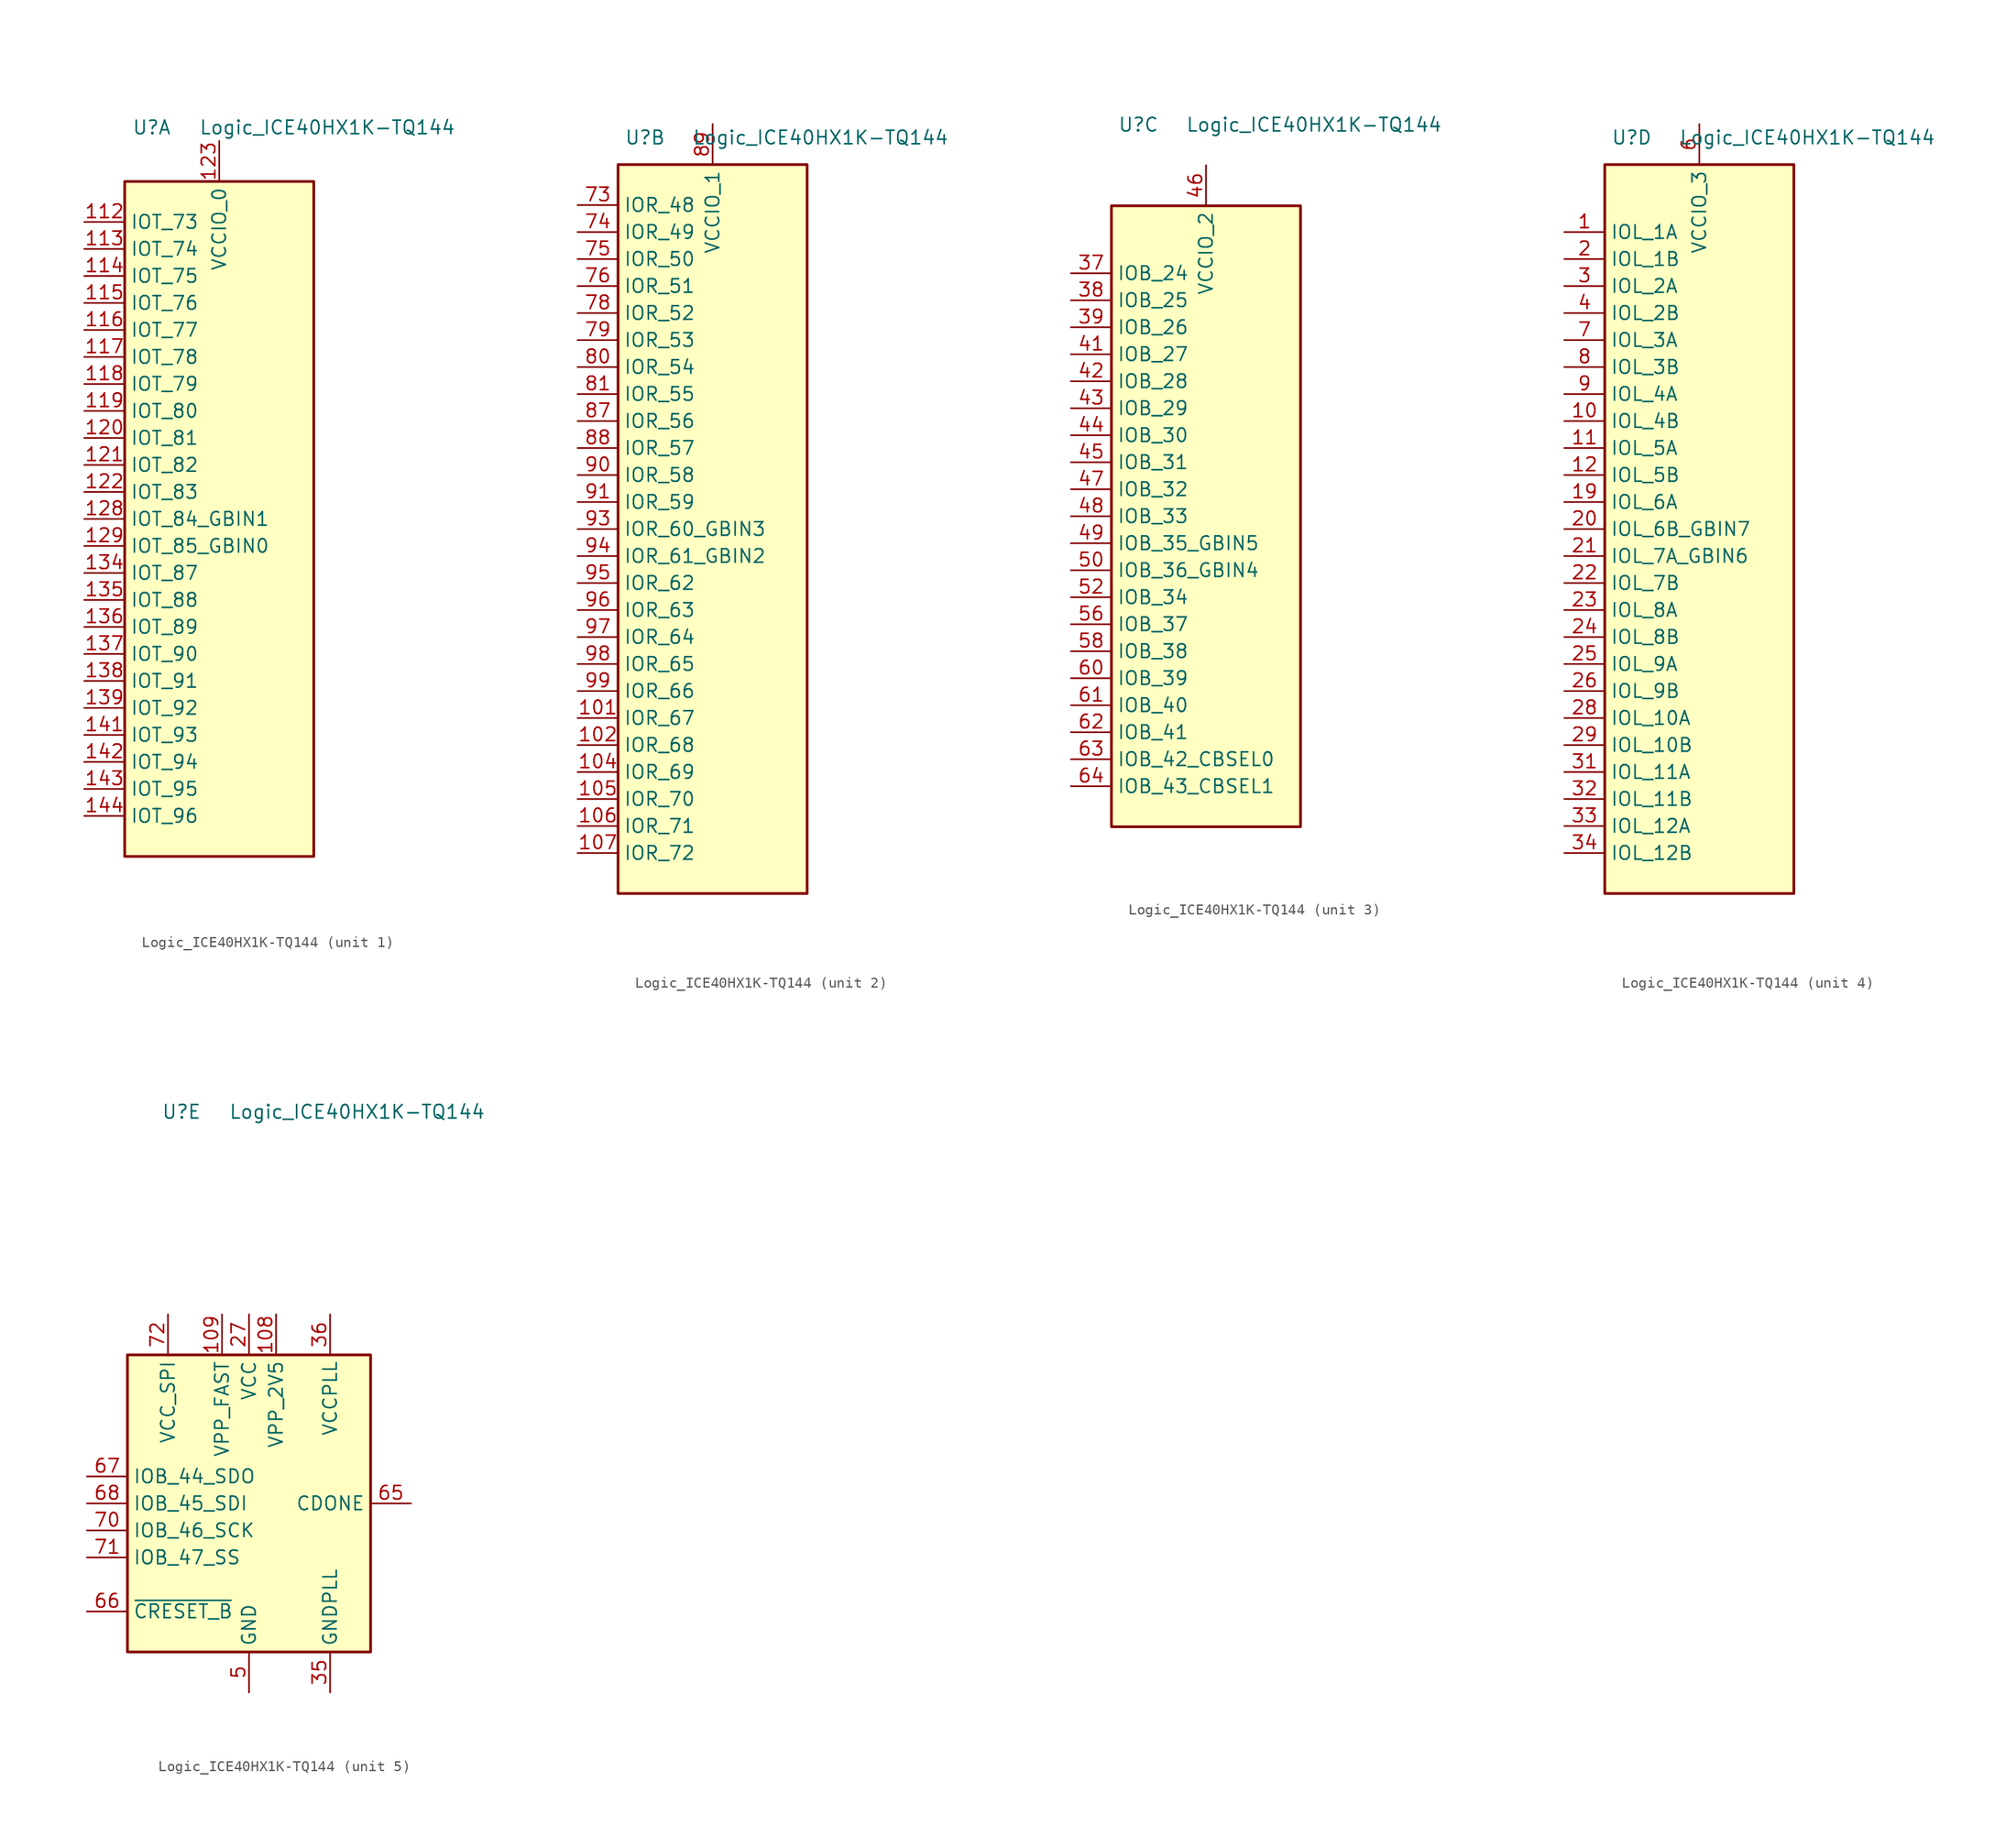
<source format=kicad_sym>
(kicad_symbol_lib
  (version 20211014)
  (generator kicad_symbol_editor)
  (symbol "Logic_ICE40HX1K-TQ144"
    (property "Reference" "U"
      (at -6.35 36.83 0)
      (effects (font (size 1.27 1.27))))
    (property "Value" "Logic_ICE40HX1K-TQ144"
      (at 10.16 36.83 0)
      (effects (font (size 1.27 1.27))))
    (property "ki_locked" ""
      (at 0 0 0)
      (effects (font (size 1.27 1.27))))
    (symbol "Logic_ICE40HX1K-TQ144_1_1"
      (rectangle (start -8.89 31.75) (end 8.89 -31.75) (stroke (width 0.254) (type default) (color 0 0 0 0)) (fill (type background)))
      (pin bidirectional line (at -12.7 27.94 0) (length 3.81) (name "IOT_73" (effects (font (size 1.27 1.27)))) (number "112" (effects (font (size 1.27 1.27)))))
      (pin bidirectional line (at -12.7 25.4 0) (length 3.81) (name "IOT_74" (effects (font (size 1.27 1.27)))) (number "113" (effects (font (size 1.27 1.27)))))
      (pin bidirectional line (at -12.7 22.86 0) (length 3.81) (name "IOT_75" (effects (font (size 1.27 1.27)))) (number "114" (effects (font (size 1.27 1.27)))))
      (pin bidirectional line (at -12.7 20.32 0) (length 3.81) (name "IOT_76" (effects (font (size 1.27 1.27)))) (number "115" (effects (font (size 1.27 1.27)))))
      (pin bidirectional line (at -12.7 17.78 0) (length 3.81) (name "IOT_77" (effects (font (size 1.27 1.27)))) (number "116" (effects (font (size 1.27 1.27)))))
      (pin bidirectional line (at -12.7 15.24 0) (length 3.81) (name "IOT_78" (effects (font (size 1.27 1.27)))) (number "117" (effects (font (size 1.27 1.27)))))
      (pin bidirectional line (at -12.7 12.7 0) (length 3.81) (name "IOT_79" (effects (font (size 1.27 1.27)))) (number "118" (effects (font (size 1.27 1.27)))))
      (pin bidirectional line (at -12.7 10.16 0) (length 3.81) (name "IOT_80" (effects (font (size 1.27 1.27)))) (number "119" (effects (font (size 1.27 1.27)))))
      (pin bidirectional line (at -12.7 7.62 0) (length 3.81) (name "IOT_81" (effects (font (size 1.27 1.27)))) (number "120" (effects (font (size 1.27 1.27)))))
      (pin bidirectional line (at -12.7 5.08 0) (length 3.81) (name "IOT_82" (effects (font (size 1.27 1.27)))) (number "121" (effects (font (size 1.27 1.27)))))
      (pin bidirectional line (at -12.7 2.54 0) (length 3.81) (name "IOT_83" (effects (font (size 1.27 1.27)))) (number "122" (effects (font (size 1.27 1.27)))))
      (pin power_in line (at 0 35.56 270) (length 3.81) (name "VCCIO_0" (effects (font (size 1.27 1.27)))) (number "123" (effects (font (size 1.27 1.27)))))
      (pin bidirectional line (at -12.7 0 0) (length 3.81) (name "IOT_84_GBIN1" (effects (font (size 1.27 1.27)))) (number "128" (effects (font (size 1.27 1.27)))))
      (pin bidirectional line (at -12.7 -2.54 0) (length 3.81) (name "IOT_85_GBIN0" (effects (font (size 1.27 1.27)))) (number "129" (effects (font (size 1.27 1.27)))))
      (pin passive line (at 0 35.56 270) (length 3.81) hide (name "VCCIO_0" (effects (font (size 1.27 1.27)))) (number "133" (effects (font (size 1.27 1.27)))))
      (pin bidirectional line (at -12.7 -5.08 0) (length 3.81) (name "IOT_87" (effects (font (size 1.27 1.27)))) (number "134" (effects (font (size 1.27 1.27)))))
      (pin bidirectional line (at -12.7 -7.62 0) (length 3.81) (name "IOT_88" (effects (font (size 1.27 1.27)))) (number "135" (effects (font (size 1.27 1.27)))))
      (pin bidirectional line (at -12.7 -10.16 0) (length 3.81) (name "IOT_89" (effects (font (size 1.27 1.27)))) (number "136" (effects (font (size 1.27 1.27)))))
      (pin bidirectional line (at -12.7 -12.7 0) (length 3.81) (name "IOT_90" (effects (font (size 1.27 1.27)))) (number "137" (effects (font (size 1.27 1.27)))))
      (pin bidirectional line (at -12.7 -15.24 0) (length 3.81) (name "IOT_91" (effects (font (size 1.27 1.27)))) (number "138" (effects (font (size 1.27 1.27)))))
      (pin bidirectional line (at -12.7 -17.78 0) (length 3.81) (name "IOT_92" (effects (font (size 1.27 1.27)))) (number "139" (effects (font (size 1.27 1.27)))))
      (pin bidirectional line (at -12.7 -20.32 0) (length 3.81) (name "IOT_93" (effects (font (size 1.27 1.27)))) (number "141" (effects (font (size 1.27 1.27)))))
      (pin bidirectional line (at -12.7 -22.86 0) (length 3.81) (name "IOT_94" (effects (font (size 1.27 1.27)))) (number "142" (effects (font (size 1.27 1.27)))))
      (pin bidirectional line (at -12.7 -25.4 0) (length 3.81) (name "IOT_95" (effects (font (size 1.27 1.27)))) (number "143" (effects (font (size 1.27 1.27)))))
      (pin bidirectional line (at -12.7 -27.94 0) (length 3.81) (name "IOT_96" (effects (font (size 1.27 1.27)))) (number "144" (effects (font (size 1.27 1.27)))))
      (pin no_connect line (at 7.62 10.16 180) (length 3.81) hide (name "NC" (effects (font (size 1.27 1.27)))) (number "15" (effects (font (size 1.27 1.27)))))
      (pin no_connect line (at 7.62 7.62 180) (length 3.81) hide (name "NC" (effects (font (size 1.27 1.27)))) (number "16" (effects (font (size 1.27 1.27)))))
      (pin no_connect line (at 7.62 5.08 180) (length 3.81) hide (name "NC" (effects (font (size 1.27 1.27)))) (number "17" (effects (font (size 1.27 1.27)))))
      (pin no_connect line (at 7.62 -7.62 180) (length 3.81) hide (name "NC" (effects (font (size 1.27 1.27)))) (number "18" (effects (font (size 1.27 1.27)))))
      (pin no_connect line (at 7.62 -10.16 180) (length 3.81) hide (name "NC" (effects (font (size 1.27 1.27)))) (number "77" (effects (font (size 1.27 1.27))))))
    (symbol "Logic_ICE40HX1K-TQ144_2_1"
      (rectangle (start -8.89 34.29) (end 8.89 -34.29) (stroke (width 0.254) (type default) (color 0 0 0 0)) (fill (type background)))
      (pin passive line (at 0 38.1 270) (length 3.81) hide (name "VCCIO_1" (effects (font (size 1.27 1.27)))) (number "100" (effects (font (size 1.27 1.27)))))
      (pin bidirectional line (at -12.7 -17.78 0) (length 3.81) (name "IOR_67" (effects (font (size 1.27 1.27)))) (number "101" (effects (font (size 1.27 1.27)))))
      (pin bidirectional line (at -12.7 -20.32 0) (length 3.81) (name "IOR_68" (effects (font (size 1.27 1.27)))) (number "102" (effects (font (size 1.27 1.27)))))
      (pin bidirectional line (at -12.7 -22.86 0) (length 3.81) (name "IOR_69" (effects (font (size 1.27 1.27)))) (number "104" (effects (font (size 1.27 1.27)))))
      (pin bidirectional line (at -12.7 -25.4 0) (length 3.81) (name "IOR_70" (effects (font (size 1.27 1.27)))) (number "105" (effects (font (size 1.27 1.27)))))
      (pin bidirectional line (at -12.7 -27.94 0) (length 3.81) (name "IOR_71" (effects (font (size 1.27 1.27)))) (number "106" (effects (font (size 1.27 1.27)))))
      (pin bidirectional line (at -12.7 -30.48 0) (length 3.81) (name "IOR_72" (effects (font (size 1.27 1.27)))) (number "107" (effects (font (size 1.27 1.27)))))
      (pin no_connect line (at 7.62 10.16 180) (length 3.81) hide (name "NC" (effects (font (size 1.27 1.27)))) (number "40" (effects (font (size 1.27 1.27)))))
      (pin no_connect line (at 7.62 7.62 180) (length 3.81) hide (name "NC" (effects (font (size 1.27 1.27)))) (number "53" (effects (font (size 1.27 1.27)))))
      (pin no_connect line (at 7.62 5.08 180) (length 3.81) hide (name "NC" (effects (font (size 1.27 1.27)))) (number "54" (effects (font (size 1.27 1.27)))))
      (pin no_connect line (at 7.62 -7.62 180) (length 3.81) hide (name "NC" (effects (font (size 1.27 1.27)))) (number "55" (effects (font (size 1.27 1.27)))))
      (pin bidirectional line (at -12.7 30.48 0) (length 3.81) (name "IOR_48" (effects (font (size 1.27 1.27)))) (number "73" (effects (font (size 1.27 1.27)))))
      (pin bidirectional line (at -12.7 27.94 0) (length 3.81) (name "IOR_49" (effects (font (size 1.27 1.27)))) (number "74" (effects (font (size 1.27 1.27)))))
      (pin bidirectional line (at -12.7 25.4 0) (length 3.81) (name "IOR_50" (effects (font (size 1.27 1.27)))) (number "75" (effects (font (size 1.27 1.27)))))
      (pin bidirectional line (at -12.7 22.86 0) (length 3.81) (name "IOR_51" (effects (font (size 1.27 1.27)))) (number "76" (effects (font (size 1.27 1.27)))))
      (pin bidirectional line (at -12.7 20.32 0) (length 3.81) (name "IOR_52" (effects (font (size 1.27 1.27)))) (number "78" (effects (font (size 1.27 1.27)))))
      (pin bidirectional line (at -12.7 17.78 0) (length 3.81) (name "IOR_53" (effects (font (size 1.27 1.27)))) (number "79" (effects (font (size 1.27 1.27)))))
      (pin bidirectional line (at -12.7 15.24 0) (length 3.81) (name "IOR_54" (effects (font (size 1.27 1.27)))) (number "80" (effects (font (size 1.27 1.27)))))
      (pin bidirectional line (at -12.7 12.7 0) (length 3.81) (name "IOR_55" (effects (font (size 1.27 1.27)))) (number "81" (effects (font (size 1.27 1.27)))))
      (pin no_connect line (at 7.62 -10.16 180) (length 3.81) hide (name "NC" (effects (font (size 1.27 1.27)))) (number "82" (effects (font (size 1.27 1.27)))))
      (pin bidirectional line (at -12.7 10.16 0) (length 3.81) (name "IOR_56" (effects (font (size 1.27 1.27)))) (number "87" (effects (font (size 1.27 1.27)))))
      (pin bidirectional line (at -12.7 7.62 0) (length 3.81) (name "IOR_57" (effects (font (size 1.27 1.27)))) (number "88" (effects (font (size 1.27 1.27)))))
      (pin power_in line (at 0 38.1 270) (length 3.81) (name "VCCIO_1" (effects (font (size 1.27 1.27)))) (number "89" (effects (font (size 1.27 1.27)))))
      (pin bidirectional line (at -12.7 5.08 0) (length 3.81) (name "IOR_58" (effects (font (size 1.27 1.27)))) (number "90" (effects (font (size 1.27 1.27)))))
      (pin bidirectional line (at -12.7 2.54 0) (length 3.81) (name "IOR_59" (effects (font (size 1.27 1.27)))) (number "91" (effects (font (size 1.27 1.27)))))
      (pin bidirectional line (at -12.7 0 0) (length 3.81) (name "IOR_60_GBIN3" (effects (font (size 1.27 1.27)))) (number "93" (effects (font (size 1.27 1.27)))))
      (pin bidirectional line (at -12.7 -2.54 0) (length 3.81) (name "IOR_61_GBIN2" (effects (font (size 1.27 1.27)))) (number "94" (effects (font (size 1.27 1.27)))))
      (pin bidirectional line (at -12.7 -5.08 0) (length 3.81) (name "IOR_62" (effects (font (size 1.27 1.27)))) (number "95" (effects (font (size 1.27 1.27)))))
      (pin bidirectional line (at -12.7 -7.62 0) (length 3.81) (name "IOR_63" (effects (font (size 1.27 1.27)))) (number "96" (effects (font (size 1.27 1.27)))))
      (pin bidirectional line (at -12.7 -10.16 0) (length 3.81) (name "IOR_64" (effects (font (size 1.27 1.27)))) (number "97" (effects (font (size 1.27 1.27)))))
      (pin bidirectional line (at -12.7 -12.7 0) (length 3.81) (name "IOR_65" (effects (font (size 1.27 1.27)))) (number "98" (effects (font (size 1.27 1.27)))))
      (pin bidirectional line (at -12.7 -15.24 0) (length 3.81) (name "IOR_66" (effects (font (size 1.27 1.27)))) (number "99" (effects (font (size 1.27 1.27))))))
    (symbol "Logic_ICE40HX1K-TQ144_3_1"
      (rectangle (start -8.89 29.21) (end 8.89 -29.21) (stroke (width 0.254) (type default) (color 0 0 0 0)) (fill (type background)))
      (pin no_connect line (at 7.62 -10.16 180) (length 3.81) hide (name "NC" (effects (font (size 1.27 1.27)))) (number "110" (effects (font (size 1.27 1.27)))))
      (pin no_connect line (at 7.62 -17.78 180) (length 3.81) hide (name "NC" (effects (font (size 1.27 1.27)))) (number "124" (effects (font (size 1.27 1.27)))))
      (pin bidirectional line (at -12.7 22.86 0) (length 3.81) (name "IOB_24" (effects (font (size 1.27 1.27)))) (number "37" (effects (font (size 1.27 1.27)))))
      (pin bidirectional line (at -12.7 20.32 0) (length 3.81) (name "IOB_25" (effects (font (size 1.27 1.27)))) (number "38" (effects (font (size 1.27 1.27)))))
      (pin bidirectional line (at -12.7 17.78 0) (length 3.81) (name "IOB_26" (effects (font (size 1.27 1.27)))) (number "39" (effects (font (size 1.27 1.27)))))
      (pin bidirectional line (at -12.7 15.24 0) (length 3.81) (name "IOB_27" (effects (font (size 1.27 1.27)))) (number "41" (effects (font (size 1.27 1.27)))))
      (pin bidirectional line (at -12.7 12.7 0) (length 3.81) (name "IOB_28" (effects (font (size 1.27 1.27)))) (number "42" (effects (font (size 1.27 1.27)))))
      (pin bidirectional line (at -12.7 10.16 0) (length 3.81) (name "IOB_29" (effects (font (size 1.27 1.27)))) (number "43" (effects (font (size 1.27 1.27)))))
      (pin bidirectional line (at -12.7 7.62 0) (length 3.81) (name "IOB_30" (effects (font (size 1.27 1.27)))) (number "44" (effects (font (size 1.27 1.27)))))
      (pin bidirectional line (at -12.7 5.08 0) (length 3.81) (name "IOB_31" (effects (font (size 1.27 1.27)))) (number "45" (effects (font (size 1.27 1.27)))))
      (pin power_in line (at 0 33.02 270) (length 3.81) (name "VCCIO_2" (effects (font (size 1.27 1.27)))) (number "46" (effects (font (size 1.27 1.27)))))
      (pin bidirectional line (at -12.7 2.54 0) (length 3.81) (name "IOB_32" (effects (font (size 1.27 1.27)))) (number "47" (effects (font (size 1.27 1.27)))))
      (pin bidirectional line (at -12.7 0 0) (length 3.81) (name "IOB_33" (effects (font (size 1.27 1.27)))) (number "48" (effects (font (size 1.27 1.27)))))
      (pin bidirectional line (at -12.7 -2.54 0) (length 3.81) (name "IOB_35_GBIN5" (effects (font (size 1.27 1.27)))) (number "49" (effects (font (size 1.27 1.27)))))
      (pin bidirectional line (at -12.7 -5.08 0) (length 3.81) (name "IOB_36_GBIN4" (effects (font (size 1.27 1.27)))) (number "50" (effects (font (size 1.27 1.27)))))
      (pin bidirectional line (at -12.7 -7.62 0) (length 3.81) (name "IOB_34" (effects (font (size 1.27 1.27)))) (number "52" (effects (font (size 1.27 1.27)))))
      (pin bidirectional line (at -12.7 -10.16 0) (length 3.81) (name "IOB_37" (effects (font (size 1.27 1.27)))) (number "56" (effects (font (size 1.27 1.27)))))
      (pin passive line (at 0 33.02 270) (length 3.81) hide (name "VCCIO_2" (effects (font (size 1.27 1.27)))) (number "57" (effects (font (size 1.27 1.27)))))
      (pin bidirectional line (at -12.7 -12.7 0) (length 3.81) (name "IOB_38" (effects (font (size 1.27 1.27)))) (number "58" (effects (font (size 1.27 1.27)))))
      (pin bidirectional line (at -12.7 -15.24 0) (length 3.81) (name "IOB_39" (effects (font (size 1.27 1.27)))) (number "60" (effects (font (size 1.27 1.27)))))
      (pin bidirectional line (at -12.7 -17.78 0) (length 3.81) (name "IOB_40" (effects (font (size 1.27 1.27)))) (number "61" (effects (font (size 1.27 1.27)))))
      (pin bidirectional line (at -12.7 -20.32 0) (length 3.81) (name "IOB_41" (effects (font (size 1.27 1.27)))) (number "62" (effects (font (size 1.27 1.27)))))
      (pin bidirectional line (at -12.7 -22.86 0) (length 3.81) (name "IOB_42_CBSEL0" (effects (font (size 1.27 1.27)))) (number "63" (effects (font (size 1.27 1.27)))))
      (pin bidirectional line (at -12.7 -25.4 0) (length 3.81) (name "IOB_43_CBSEL1" (effects (font (size 1.27 1.27)))) (number "64" (effects (font (size 1.27 1.27)))))
      (pin no_connect line (at 7.62 10.16 180) (length 3.81) hide (name "NC" (effects (font (size 1.27 1.27)))) (number "83" (effects (font (size 1.27 1.27)))))
      (pin no_connect line (at 7.62 7.62 180) (length 3.81) hide (name "NC" (effects (font (size 1.27 1.27)))) (number "84" (effects (font (size 1.27 1.27)))))
      (pin no_connect line (at 7.62 -12.7 180) (length 3.81) hide (name "NC" (effects (font (size 1.27 1.27)))) (number "85" (effects (font (size 1.27 1.27))))))
    (symbol "Logic_ICE40HX1K-TQ144_4_1"
      (rectangle (start -8.89 34.29) (end 8.89 -34.29) (stroke (width 0.254) (type default) (color 0 0 0 0)) (fill (type background)))
      (pin bidirectional line (at -12.7 27.94 0) (length 3.81) (name "IOL_1A" (effects (font (size 1.27 1.27)))) (number "1" (effects (font (size 1.27 1.27)))))
      (pin bidirectional line (at -12.7 10.16 0) (length 3.81) (name "IOL_4B" (effects (font (size 1.27 1.27)))) (number "10" (effects (font (size 1.27 1.27)))))
      (pin bidirectional line (at -12.7 7.62 0) (length 3.81) (name "IOL_5A" (effects (font (size 1.27 1.27)))) (number "11" (effects (font (size 1.27 1.27)))))
      (pin bidirectional line (at -12.7 5.08 0) (length 3.81) (name "IOL_5B" (effects (font (size 1.27 1.27)))) (number "12" (effects (font (size 1.27 1.27)))))
      (pin no_connect line (at 7.62 10.16 180) (length 3.81) hide (name "NC" (effects (font (size 1.27 1.27)))) (number "125" (effects (font (size 1.27 1.27)))))
      (pin no_connect line (at 7.62 7.62 180) (length 3.81) hide (name "NC" (effects (font (size 1.27 1.27)))) (number "126" (effects (font (size 1.27 1.27)))))
      (pin no_connect line (at 7.62 5.08 180) (length 3.81) hide (name "NC" (effects (font (size 1.27 1.27)))) (number "127" (effects (font (size 1.27 1.27)))))
      (pin no_connect line (at 7.62 -7.62 180) (length 3.81) hide (name "NC" (effects (font (size 1.27 1.27)))) (number "130" (effects (font (size 1.27 1.27)))))
      (pin no_connect line (at 7.62 -10.16 180) (length 3.81) hide (name "NC" (effects (font (size 1.27 1.27)))) (number "131" (effects (font (size 1.27 1.27)))))
      (pin bidirectional line (at -12.7 2.54 0) (length 3.81) (name "IOL_6A" (effects (font (size 1.27 1.27)))) (number "19" (effects (font (size 1.27 1.27)))))
      (pin bidirectional line (at -12.7 25.4 0) (length 3.81) (name "IOL_1B" (effects (font (size 1.27 1.27)))) (number "2" (effects (font (size 1.27 1.27)))))
      (pin bidirectional line (at -12.7 0 0) (length 3.81) (name "IOL_6B_GBIN7" (effects (font (size 1.27 1.27)))) (number "20" (effects (font (size 1.27 1.27)))))
      (pin bidirectional line (at -12.7 -2.54 0) (length 3.81) (name "IOL_7A_GBIN6" (effects (font (size 1.27 1.27)))) (number "21" (effects (font (size 1.27 1.27)))))
      (pin bidirectional line (at -12.7 -5.08 0) (length 3.81) (name "IOL_7B" (effects (font (size 1.27 1.27)))) (number "22" (effects (font (size 1.27 1.27)))))
      (pin bidirectional line (at -12.7 -7.62 0) (length 3.81) (name "IOL_8A" (effects (font (size 1.27 1.27)))) (number "23" (effects (font (size 1.27 1.27)))))
      (pin bidirectional line (at -12.7 -10.16 0) (length 3.81) (name "IOL_8B" (effects (font (size 1.27 1.27)))) (number "24" (effects (font (size 1.27 1.27)))))
      (pin bidirectional line (at -12.7 -12.7 0) (length 3.81) (name "IOL_9A" (effects (font (size 1.27 1.27)))) (number "25" (effects (font (size 1.27 1.27)))))
      (pin bidirectional line (at -12.7 -15.24 0) (length 3.81) (name "IOL_9B" (effects (font (size 1.27 1.27)))) (number "26" (effects (font (size 1.27 1.27)))))
      (pin bidirectional line (at -12.7 -17.78 0) (length 3.81) (name "IOL_10A" (effects (font (size 1.27 1.27)))) (number "28" (effects (font (size 1.27 1.27)))))
      (pin bidirectional line (at -12.7 -20.32 0) (length 3.81) (name "IOL_10B" (effects (font (size 1.27 1.27)))) (number "29" (effects (font (size 1.27 1.27)))))
      (pin bidirectional line (at -12.7 22.86 0) (length 3.81) (name "IOL_2A" (effects (font (size 1.27 1.27)))) (number "3" (effects (font (size 1.27 1.27)))))
      (pin passive line (at 0 38.1 270) (length 3.81) hide (name "VCCIO_3" (effects (font (size 1.27 1.27)))) (number "30" (effects (font (size 1.27 1.27)))))
      (pin bidirectional line (at -12.7 -22.86 0) (length 3.81) (name "IOL_11A" (effects (font (size 1.27 1.27)))) (number "31" (effects (font (size 1.27 1.27)))))
      (pin bidirectional line (at -12.7 -25.4 0) (length 3.81) (name "IOL_11B" (effects (font (size 1.27 1.27)))) (number "32" (effects (font (size 1.27 1.27)))))
      (pin bidirectional line (at -12.7 -27.94 0) (length 3.81) (name "IOL_12A" (effects (font (size 1.27 1.27)))) (number "33" (effects (font (size 1.27 1.27)))))
      (pin bidirectional line (at -12.7 -30.48 0) (length 3.81) (name "IOL_12B" (effects (font (size 1.27 1.27)))) (number "34" (effects (font (size 1.27 1.27)))))
      (pin bidirectional line (at -12.7 20.32 0) (length 3.81) (name "IOL_2B" (effects (font (size 1.27 1.27)))) (number "4" (effects (font (size 1.27 1.27)))))
      (pin power_in line (at 0 38.1 270) (length 3.81) (name "VCCIO_3" (effects (font (size 1.27 1.27)))) (number "6" (effects (font (size 1.27 1.27)))))
      (pin bidirectional line (at -12.7 17.78 0) (length 3.81) (name "IOL_3A" (effects (font (size 1.27 1.27)))) (number "7" (effects (font (size 1.27 1.27)))))
      (pin bidirectional line (at -12.7 15.24 0) (length 3.81) (name "IOL_3B" (effects (font (size 1.27 1.27)))) (number "8" (effects (font (size 1.27 1.27)))))
      (pin bidirectional line (at -12.7 12.7 0) (length 3.81) (name "IOL_4A" (effects (font (size 1.27 1.27)))) (number "9" (effects (font (size 1.27 1.27))))))
    (symbol "Logic_ICE40HX1K-TQ144_5_1"
      (rectangle (start -11.43 13.97) (end 11.43 -13.97) (stroke (width 0.254) (type default) (color 0 0 0 0)) (fill (type background)))
      (pin passive line (at 0 -17.78 90) (length 3.81) hide (name "GND" (effects (font (size 1.27 1.27)))) (number "103" (effects (font (size 1.27 1.27)))))
      (pin power_in line (at 2.54 17.78 270) (length 3.81) (name "VPP_2V5" (effects (font (size 1.27 1.27)))) (number "108" (effects (font (size 1.27 1.27)))))
      (pin power_in line (at -2.54 17.78 270) (length 3.81) (name "VPP_FAST" (effects (font (size 1.27 1.27)))) (number "109" (effects (font (size 1.27 1.27)))))
      (pin passive line (at 0 17.78 270) (length 3.81) hide (name "VCC" (effects (font (size 1.27 1.27)))) (number "111" (effects (font (size 1.27 1.27)))))
      (pin passive line (at 0 -17.78 90) (length 3.81) hide (name "GND" (effects (font (size 1.27 1.27)))) (number "13" (effects (font (size 1.27 1.27)))))
      (pin passive line (at 0 -17.78 90) (length 3.81) hide (name "GND" (effects (font (size 1.27 1.27)))) (number "132" (effects (font (size 1.27 1.27)))))
      (pin passive line (at 0 -17.78 90) (length 3.81) hide (name "GND" (effects (font (size 1.27 1.27)))) (number "14" (effects (font (size 1.27 1.27)))))
      (pin passive line (at 0 -17.78 90) (length 3.81) hide (name "GND" (effects (font (size 1.27 1.27)))) (number "140" (effects (font (size 1.27 1.27)))))
      (pin power_in line (at 0 17.78 270) (length 3.81) (name "VCC" (effects (font (size 1.27 1.27)))) (number "27" (effects (font (size 1.27 1.27)))))
      (pin power_in line (at 7.62 -17.78 90) (length 3.81) (name "GNDPLL" (effects (font (size 1.27 1.27)))) (number "35" (effects (font (size 1.27 1.27)))))
      (pin power_in line (at 7.62 17.78 270) (length 3.81) (name "VCCPLL" (effects (font (size 1.27 1.27)))) (number "36" (effects (font (size 1.27 1.27)))))
      (pin power_in line (at 0 -17.78 90) (length 3.81) (name "GND" (effects (font (size 1.27 1.27)))) (number "5" (effects (font (size 1.27 1.27)))))
      (pin passive line (at 0 17.78 270) (length 3.81) hide (name "VCC" (effects (font (size 1.27 1.27)))) (number "51" (effects (font (size 1.27 1.27)))))
      (pin passive line (at 0 -17.78 90) (length 3.81) hide (name "GND" (effects (font (size 1.27 1.27)))) (number "59" (effects (font (size 1.27 1.27)))))
      (pin open_collector line (at 15.24 0 180) (length 3.81) (name "CDONE" (effects (font (size 1.27 1.27)))) (number "65" (effects (font (size 1.27 1.27)))))
      (pin input line (at -15.24 -10.16 0) (length 3.81) (name "~{CRESET_B}" (effects (font (size 1.27 1.27)))) (number "66" (effects (font (size 1.27 1.27)))))
      (pin bidirectional line (at -15.24 2.54 0) (length 3.81) (name "IOB_44_SDO" (effects (font (size 1.27 1.27)))) (number "67" (effects (font (size 1.27 1.27)))))
      (pin bidirectional line (at -15.24 0 0) (length 3.81) (name "IOB_45_SDI" (effects (font (size 1.27 1.27)))) (number "68" (effects (font (size 1.27 1.27)))))
      (pin passive line (at 0 -17.78 90) (length 3.81) hide (name "GND" (effects (font (size 1.27 1.27)))) (number "69" (effects (font (size 1.27 1.27)))))
      (pin bidirectional line (at -15.24 -2.54 0) (length 3.81) (name "IOB_46_SCK" (effects (font (size 1.27 1.27)))) (number "70" (effects (font (size 1.27 1.27)))))
      (pin bidirectional line (at -15.24 -5.08 0) (length 3.81) (name "IOB_47_SS" (effects (font (size 1.27 1.27)))) (number "71" (effects (font (size 1.27 1.27)))))
      (pin power_in line (at -7.62 17.78 270) (length 3.81) (name "VCC_SPI" (effects (font (size 1.27 1.27)))) (number "72" (effects (font (size 1.27 1.27)))))
      (pin passive line (at 0 -17.78 90) (length 3.81) hide (name "GND" (effects (font (size 1.27 1.27)))) (number "86" (effects (font (size 1.27 1.27)))))
      (pin passive line (at 0 17.78 270) (length 3.81) hide (name "VCC" (effects (font (size 1.27 1.27)))) (number "92" (effects (font (size 1.27 1.27))))))))
</source>
